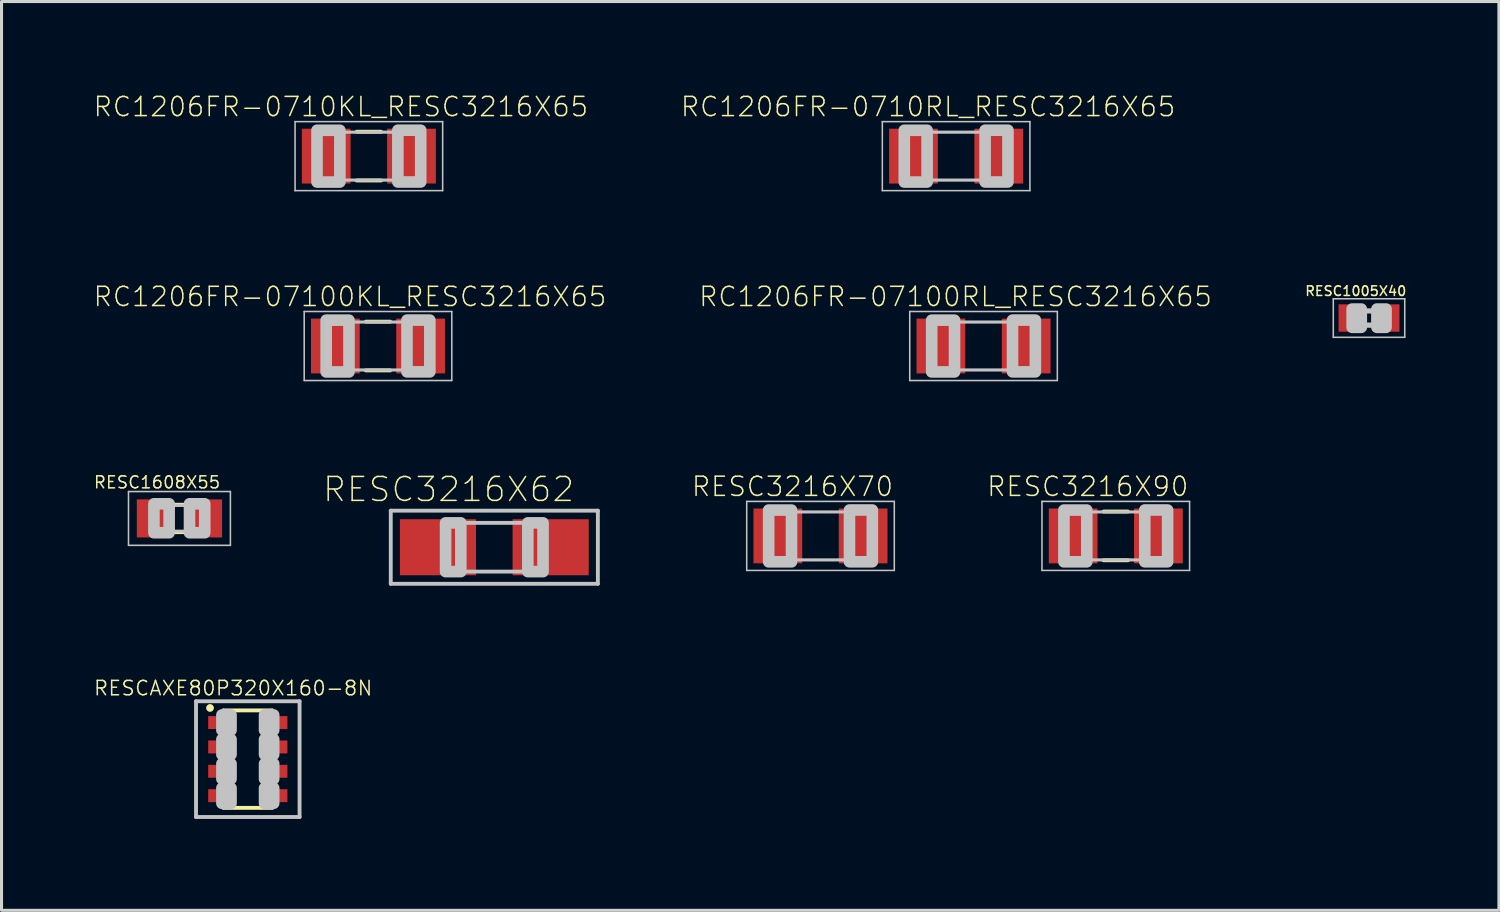
<source format=kicad_pcb>
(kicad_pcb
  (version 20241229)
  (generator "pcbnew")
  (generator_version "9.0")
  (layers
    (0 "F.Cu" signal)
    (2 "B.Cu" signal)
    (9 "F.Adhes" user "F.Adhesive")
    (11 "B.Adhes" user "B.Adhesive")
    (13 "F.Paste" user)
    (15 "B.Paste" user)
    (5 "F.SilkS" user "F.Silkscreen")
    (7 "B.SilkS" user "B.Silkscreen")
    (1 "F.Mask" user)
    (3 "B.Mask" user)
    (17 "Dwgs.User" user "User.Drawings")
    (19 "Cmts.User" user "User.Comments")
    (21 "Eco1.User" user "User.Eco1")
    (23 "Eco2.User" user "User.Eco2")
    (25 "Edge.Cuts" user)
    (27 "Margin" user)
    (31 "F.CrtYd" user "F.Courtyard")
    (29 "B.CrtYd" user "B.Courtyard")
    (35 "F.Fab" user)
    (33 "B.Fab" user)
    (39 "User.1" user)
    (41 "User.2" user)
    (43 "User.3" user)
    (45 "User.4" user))
  (footprint "RESC3216X90"
    (layer "F.Cu")
    (at 33.585 14.546)
    (property "Reference" "RESC3216X90" (at -0.92 -1.62 0) (layer "F.SilkS") (effects (font (size 0.63 0.63) (thickness 0.05))))
    (attr smd)
    (fp_line (start -0.4 -0.8) (end 0.4 -0.8) (stroke (width 0.127) (type solid)) (layer "F.SilkS"))
    (fp_line (start -0.4 0.8) (end 0.4 0.8) (stroke (width 0.127) (type solid)) (layer "F.SilkS"))
    (fp_line (start -2.423 -1.133) (end 2.423 -1.133) (stroke (width 0.051) (type solid)) (layer "Dwgs.User"))
    (fp_line (start -2.423 1.133) (end -2.423 -1.133) (stroke (width 0.051) (type solid)) (layer "Dwgs.User"))
    (fp_line (start -0.965 -0.787) (end 0.965 -0.787) (stroke (width 0.102) (type solid)) (layer "Dwgs.User"))
    (fp_line (start -0.965 0.787) (end 0.965 0.787) (stroke (width 0.102) (type solid)) (layer "Dwgs.User"))
    (fp_line (start 2.423 -1.133) (end 2.423 1.133) (stroke (width 0.051) (type solid)) (layer "Dwgs.User"))
    (fp_line (start 2.423 1.133) (end -2.423 1.133) (stroke (width 0.051) (type solid)) (layer "Dwgs.User"))
    (fp_poly (pts (xy -1.702 -0.849) (xy -0.952 -0.849) (xy -0.952 0.851) (xy -1.702 0.851)) (stroke (width 0.381) (type solid)) (fill no) (layer "Dwgs.User"))
    (fp_poly (pts (xy 0.952 -0.851) (xy 1.702 -0.851) (xy 1.702 0.849) (xy 0.952 0.849)) (stroke (width 0.381) (type solid)) (fill no) (layer "Dwgs.User"))
    (pad "1" smd rect (at -1.4 0) (size 1.6 1.8) (layers "F.Cu" "F.Mask" "F.Paste"))
    (pad "2" smd rect (at 1.4 0) (size 1.6 1.8) (layers "F.Cu" "F.Mask" "F.Paste")))
  (footprint "RC1206FR-07100KL_RESC3216X65"
    (layer "F.Cu")
    (at 9.361 8.311)
    (property "Reference" "RC1206FR-07100KL_RESC3216X65" (at -0.92 -1.62 0) (layer "F.SilkS") (effects (font (size 0.63 0.63) (thickness 0.05))))
    (attr smd)
    (fp_line (start -0.4 -0.8) (end 0.4 -0.8) (stroke (width 0.127) (type solid)) (layer "F.SilkS"))
    (fp_line (start -0.4 0.8) (end 0.4 0.8) (stroke (width 0.127) (type solid)) (layer "F.SilkS"))
    (fp_line (start -2.423 -1.133) (end 2.423 -1.133) (stroke (width 0.051) (type solid)) (layer "Dwgs.User"))
    (fp_line (start -2.423 1.133) (end -2.423 -1.133) (stroke (width 0.051) (type solid)) (layer "Dwgs.User"))
    (fp_line (start -0.965 -0.787) (end 0.965 -0.787) (stroke (width 0.102) (type solid)) (layer "Dwgs.User"))
    (fp_line (start -0.965 0.787) (end 0.965 0.787) (stroke (width 0.102) (type solid)) (layer "Dwgs.User"))
    (fp_line (start 2.423 -1.133) (end 2.423 1.133) (stroke (width 0.051) (type solid)) (layer "Dwgs.User"))
    (fp_line (start 2.423 1.133) (end -2.423 1.133) (stroke (width 0.051) (type solid)) (layer "Dwgs.User"))
    (fp_poly (pts (xy -1.702 -0.849) (xy -0.952 -0.849) (xy -0.952 0.851) (xy -1.702 0.851)) (stroke (width 0.381) (type solid)) (fill no) (layer "Dwgs.User"))
    (fp_poly (pts (xy 0.952 -0.851) (xy 1.702 -0.851) (xy 1.702 0.849) (xy 0.952 0.849)) (stroke (width 0.381) (type solid)) (fill no) (layer "Dwgs.User"))
    (pad "1" smd rect (at -1.4 0) (size 1.6 1.8) (layers "F.Cu" "F.Mask" "F.Paste"))
    (pad "2" smd rect (at 1.4 0) (size 1.6 1.8) (layers "F.Cu" "F.Mask" "F.Paste")))
  (footprint "RESC1005X40"
    (layer "F.Cu")
    (at 41.9 7.392)
    (property "Reference" "RESC1005X40" (at -0.435 -0.885 0) (layer "F.SilkS") (effects (font (size 0.315 0.315) (thickness 0.05))))
    (attr smd)
    (fp_line (start -0.15 -0.25) (end 0.15 -0.25) (stroke (width 0.127) (type solid)) (layer "F.SilkS"))
    (fp_line (start -0.15 0.25) (end 0.15 0.25) (stroke (width 0.127) (type solid)) (layer "F.SilkS"))
    (fp_line (start -1.173 -0.633) (end 1.173 -0.633) (stroke (width 0.051) (type solid)) (layer "Dwgs.User"))
    (fp_line (start -1.173 0.633) (end -1.173 -0.633) (stroke (width 0.051) (type solid)) (layer "Dwgs.User"))
    (fp_line (start -0.245 -0.224) (end 0.245 -0.224) (stroke (width 0.152) (type solid)) (layer "Dwgs.User"))
    (fp_line (start 0.245 0.224) (end -0.245 0.224) (stroke (width 0.152) (type solid)) (layer "Dwgs.User"))
    (fp_line (start 1.173 -0.633) (end 1.173 0.633) (stroke (width 0.051) (type solid)) (layer "Dwgs.User"))
    (fp_line (start 1.173 0.633) (end -1.173 0.633) (stroke (width 0.051) (type solid)) (layer "Dwgs.User"))
    (fp_poly (pts (xy -0.554 -0.295) (xy -0.254 -0.295) (xy -0.254 0.305) (xy -0.554 0.305)) (stroke (width 0.381) (type solid)) (fill no) (layer "Dwgs.User"))
    (fp_poly (pts (xy 0.259 -0.295) (xy 0.559 -0.295) (xy 0.559 0.305) (xy 0.259 0.305)) (stroke (width 0.381) (type solid)) (fill no) (layer "Dwgs.User"))
    (pad "1" smd rect (at -0.65 0) (size 0.7 0.9) (layers "F.Cu" "F.Mask" "F.Paste"))
    (pad "2" smd rect (at 0.65 0) (size 0.7 0.9) (layers "F.Cu" "F.Mask" "F.Paste")))
  (footprint "RESCAXE80P320X160-8N"
    (layer "F.Cu")
    (at 5.086 21.875)
    (property "Reference" "RESCAXE80P320X160-8N" (at -0.48 -2.33 0) (layer "F.SilkS") (effects (font (size 0.472 0.472) (thickness 0.05))))
    (attr smd)
    (fp_line (start -0.8 -1.6) (end 0.8 -1.6) (stroke (width 0.127) (type solid)) (layer "F.SilkS"))
    (fp_line (start -0.8 1.6) (end 0.8 1.6) (stroke (width 0.127) (type solid)) (layer "F.SilkS"))
    (fp_circle (center -1.24 -1.68) (end -1.113 -1.68) (stroke (width 0) (type solid)) (fill yes) (layer "F.SilkS"))
    (fp_line (start -1.7 -1.9) (end -1.7 1.9) (stroke (width 0.127) (type solid)) (layer "Dwgs.User"))
    (fp_line (start -1.7 1.9) (end 1.7 1.9) (stroke (width 0.127) (type solid)) (layer "Dwgs.User"))
    (fp_line (start -0.8 -1.6) (end -0.8 1.6) (stroke (width 0.127) (type solid)) (layer "Dwgs.User"))
    (fp_line (start 0.8 -1.6) (end 0.8 1.6) (stroke (width 0.127) (type solid)) (layer "Dwgs.User"))
    (fp_line (start 1.7 -1.9) (end -1.7 -1.9) (stroke (width 0.127) (type solid)) (layer "Dwgs.User"))
    (fp_line (start 1.7 1.9) (end 1.7 -1.9) (stroke (width 0.127) (type solid)) (layer "Dwgs.User"))
    (fp_poly (pts (xy -0.55 -1.45) (xy -0.55 -0.95) (xy -0.85 -0.95) (xy -0.85 -1.45)) (stroke (width 0.381) (type solid)) (fill no) (layer "Dwgs.User"))
    (fp_poly (pts (xy -0.55 -0.65) (xy -0.55 -0.15) (xy -0.85 -0.15) (xy -0.85 -0.65)) (stroke (width 0.381) (type solid)) (fill no) (layer "Dwgs.User"))
    (fp_poly (pts (xy -0.55 0.15) (xy -0.55 0.65) (xy -0.85 0.65) (xy -0.85 0.15)) (stroke (width 0.381) (type solid)) (fill no) (layer "Dwgs.User"))
    (fp_poly (pts (xy -0.55 0.95) (xy -0.55 1.45) (xy -0.85 1.45) (xy -0.85 0.95)) (stroke (width 0.381) (type solid)) (fill no) (layer "Dwgs.User"))
    (fp_poly (pts (xy 0.55 -0.95) (xy 0.55 -1.45) (xy 0.85 -1.45) (xy 0.85 -0.95)) (stroke (width 0.381) (type solid)) (fill no) (layer "Dwgs.User"))
    (fp_poly (pts (xy 0.55 -0.15) (xy 0.55 -0.65) (xy 0.85 -0.65) (xy 0.85 -0.15)) (stroke (width 0.381) (type solid)) (fill no) (layer "Dwgs.User"))
    (fp_poly (pts (xy 0.55 0.65) (xy 0.55 0.15) (xy 0.85 0.15) (xy 0.85 0.65)) (stroke (width 0.381) (type solid)) (fill no) (layer "Dwgs.User"))
    (fp_poly (pts (xy 0.55 1.45) (xy 0.55 0.95) (xy 0.85 0.95) (xy 0.85 1.45)) (stroke (width 0.381) (type solid)) (fill no) (layer "Dwgs.User"))
    (pad "1" smd rect (at -0.85 -1.2 270) (size 0.425 0.9) (layers "F.Cu" "F.Mask" "F.Paste"))
    (pad "2" smd rect (at -0.85 -0.4 270) (size 0.425 0.9) (layers "F.Cu" "F.Mask" "F.Paste"))
    (pad "3" smd rect (at -0.85 0.4 270) (size 0.425 0.9) (layers "F.Cu" "F.Mask" "F.Paste"))
    (pad "4" smd rect (at -0.85 1.2 270) (size 0.425 0.9) (layers "F.Cu" "F.Mask" "F.Paste"))
    (pad "5" smd rect (at 0.85 1.2 90) (size 0.425 0.9) (layers "F.Cu" "F.Mask" "F.Paste"))
    (pad "6" smd rect (at 0.85 0.4 90) (size 0.425 0.9) (layers "F.Cu" "F.Mask" "F.Paste"))
    (pad "7" smd rect (at 0.85 -0.4 90) (size 0.425 0.9) (layers "F.Cu" "F.Mask" "F.Paste"))
    (pad "8" smd rect (at 0.85 -1.2 90) (size 0.425 0.9) (layers "F.Cu" "F.Mask" "F.Paste")))
  (footprint "RESC3216X62"
    (layer "F.Cu")
    (at 13.18 14.918)
    (property "Reference" "RESC3216X62" (at -1.5 -1.9 0) (layer "F.SilkS") (effects (font (size 0.787 0.787) (thickness 0.05))))
    (attr smd)
    (fp_line (start -3.4 -1.2) (end 3.4 -1.2) (stroke (width 0.127) (type solid)) (layer "Dwgs.User"))
    (fp_line (start -3.4 1.2) (end -3.4 -1.2) (stroke (width 0.127) (type solid)) (layer "Dwgs.User"))
    (fp_line (start -1.6 -0.8) (end 1.6 -0.8) (stroke (width 0.127) (type solid)) (layer "Dwgs.User"))
    (fp_line (start -1.6 0.8) (end -1.6 -0.8) (stroke (width 0.127) (type solid)) (layer "Dwgs.User"))
    (fp_line (start 1.6 -0.8) (end 1.6 0.8) (stroke (width 0.127) (type solid)) (layer "Dwgs.User"))
    (fp_line (start 1.6 0.8) (end -1.6 0.8) (stroke (width 0.127) (type solid)) (layer "Dwgs.User"))
    (fp_line (start 3.4 -1.2) (end 3.4 1.2) (stroke (width 0.127) (type solid)) (layer "Dwgs.User"))
    (fp_line (start 3.4 1.2) (end -3.4 1.2) (stroke (width 0.127) (type solid)) (layer "Dwgs.User"))
    (fp_poly (pts (xy -1.6 -0.8) (xy -1.1 -0.8) (xy -1.1 0.8) (xy -1.6 0.8)) (stroke (width 0.381) (type solid)) (fill no) (layer "Dwgs.User"))
    (fp_poly (pts (xy 1.1 -0.8) (xy 1.6 -0.8) (xy 1.6 0.8) (xy 1.1 0.8)) (stroke (width 0.381) (type solid)) (fill no) (layer "Dwgs.User"))
    (pad "1" smd rect (at -1.85 0) (size 2.5 1.84) (layers "F.Cu" "F.Mask" "F.Paste"))
    (pad "2" smd rect (at 1.85 0) (size 2.5 1.84) (layers "F.Cu" "F.Mask" "F.Paste")))
  (footprint "RESC1608X55"
    (layer "F.Cu")
    (at 2.842 13.972)
    (property "Reference" "RESC1608X55" (at -0.735 -1.185 0) (layer "F.SilkS") (effects (font (size 0.394 0.394) (thickness 0.05))))
    (attr smd)
    (fp_line (start -0.15 -0.45) (end 0.15 -0.45) (stroke (width 0.127) (type solid)) (layer "F.SilkS"))
    (fp_line (start -0.15 0.45) (end 0.15 0.45) (stroke (width 0.127) (type solid)) (layer "F.SilkS"))
    (fp_line (start -1.673 -0.883) (end 1.673 -0.883) (stroke (width 0.051) (type solid)) (layer "Dwgs.User"))
    (fp_line (start -1.673 0.883) (end -1.673 -0.883) (stroke (width 0.051) (type solid)) (layer "Dwgs.User"))
    (fp_line (start -0.356 -0.432) (end 0.356 -0.432) (stroke (width 0.102) (type solid)) (layer "Dwgs.User"))
    (fp_line (start -0.356 0.419) (end 0.356 0.419) (stroke (width 0.102) (type solid)) (layer "Dwgs.User"))
    (fp_line (start 1.673 -0.883) (end 1.673 0.883) (stroke (width 0.051) (type solid)) (layer "Dwgs.User"))
    (fp_line (start 1.673 0.883) (end -1.673 0.883) (stroke (width 0.051) (type solid)) (layer "Dwgs.User"))
    (fp_poly (pts (xy -0.838 -0.48) (xy -0.338 -0.48) (xy -0.338 0.47) (xy -0.838 0.47)) (stroke (width 0.381) (type solid)) (fill no) (layer "Dwgs.User"))
    (fp_poly (pts (xy 0.33 -0.48) (xy 0.83 -0.48) (xy 0.83 0.47) (xy 0.33 0.47)) (stroke (width 0.381) (type solid)) (fill no) (layer "Dwgs.User"))
    (pad "1" smd rect (at -0.85 0) (size 1.1 1.25) (layers "F.Cu" "F.Mask" "F.Paste"))
    (pad "2" smd rect (at 0.85 0) (size 1.1 1.25) (layers "F.Cu" "F.Mask" "F.Paste")))
  (footprint "RC1206FR-07100RL_RESC3216X65"
    (layer "F.Cu")
    (at 29.243 8.311)
    (property "Reference" "RC1206FR-07100RL_RESC3216X65" (at -0.92 -1.62 0) (layer "F.SilkS") (effects (font (size 0.63 0.63) (thickness 0.05))))
    (attr smd)
    (fp_line (start -2.423 -1.133) (end 2.423 -1.133) (stroke (width 0.051) (type solid)) (layer "Dwgs.User"))
    (fp_line (start -2.423 1.133) (end -2.423 -1.133) (stroke (width 0.051) (type solid)) (layer "Dwgs.User"))
    (fp_line (start -0.965 -0.787) (end 0.965 -0.787) (stroke (width 0.102) (type solid)) (layer "Dwgs.User"))
    (fp_line (start -0.965 0.787) (end 0.965 0.787) (stroke (width 0.102) (type solid)) (layer "Dwgs.User"))
    (fp_line (start 2.423 -1.133) (end 2.423 1.133) (stroke (width 0.051) (type solid)) (layer "Dwgs.User"))
    (fp_line (start 2.423 1.133) (end -2.423 1.133) (stroke (width 0.051) (type solid)) (layer "Dwgs.User"))
    (fp_poly (pts (xy -1.702 -0.849) (xy -0.952 -0.849) (xy -0.952 0.851) (xy -1.702 0.851)) (stroke (width 0.381) (type solid)) (fill no) (layer "Dwgs.User"))
    (fp_poly (pts (xy 0.952 -0.851) (xy 1.702 -0.851) (xy 1.702 0.849) (xy 0.952 0.849)) (stroke (width 0.381) (type solid)) (fill no) (layer "Dwgs.User"))
    (pad "1" smd rect (at -1.4 0) (size 1.6 1.8) (layers "F.Cu" "F.Mask" "F.Paste"))
    (pad "2" smd rect (at 1.4 0) (size 1.6 1.8) (layers "F.Cu" "F.Mask" "F.Paste")))
  (footprint "RC1206FR-0710KL_RESC3216X65"
    (layer "F.Cu")
    (at 9.061 2.076)
    (property "Reference" "RC1206FR-0710KL_RESC3216X65" (at -0.92 -1.62 0) (layer "F.SilkS") (effects (font (size 0.63 0.63) (thickness 0.05))))
    (attr smd)
    (fp_line (start -0.4 -0.8) (end 0.4 -0.8) (stroke (width 0.127) (type solid)) (layer "F.SilkS"))
    (fp_line (start -0.4 0.8) (end 0.4 0.8) (stroke (width 0.127) (type solid)) (layer "F.SilkS"))
    (fp_line (start -2.423 -1.133) (end 2.423 -1.133) (stroke (width 0.051) (type solid)) (layer "Dwgs.User"))
    (fp_line (start -2.423 1.133) (end -2.423 -1.133) (stroke (width 0.051) (type solid)) (layer "Dwgs.User"))
    (fp_line (start -0.965 -0.787) (end 0.965 -0.787) (stroke (width 0.102) (type solid)) (layer "Dwgs.User"))
    (fp_line (start -0.965 0.787) (end 0.965 0.787) (stroke (width 0.102) (type solid)) (layer "Dwgs.User"))
    (fp_line (start 2.423 -1.133) (end 2.423 1.133) (stroke (width 0.051) (type solid)) (layer "Dwgs.User"))
    (fp_line (start 2.423 1.133) (end -2.423 1.133) (stroke (width 0.051) (type solid)) (layer "Dwgs.User"))
    (fp_poly (pts (xy -1.702 -0.849) (xy -0.952 -0.849) (xy -0.952 0.851) (xy -1.702 0.851)) (stroke (width 0.381) (type solid)) (fill no) (layer "Dwgs.User"))
    (fp_poly (pts (xy 0.952 -0.851) (xy 1.702 -0.851) (xy 1.702 0.849) (xy 0.952 0.849)) (stroke (width 0.381) (type solid)) (fill no) (layer "Dwgs.User"))
    (pad "1" smd rect (at -1.4 0) (size 1.6 1.8) (layers "F.Cu" "F.Mask" "F.Paste"))
    (pad "2" smd rect (at 1.4 0) (size 1.6 1.8) (layers "F.Cu" "F.Mask" "F.Paste")))
  (footprint "RC1206FR-0710RL_RESC3216X65"
    (layer "F.Cu")
    (at 28.343 2.076)
    (property "Reference" "RC1206FR-0710RL_RESC3216X65" (at -0.92 -1.62 0) (layer "F.SilkS") (effects (font (size 0.63 0.63) (thickness 0.05))))
    (attr smd)
    (fp_line (start -2.423 -1.133) (end 2.423 -1.133) (stroke (width 0.051) (type solid)) (layer "Dwgs.User"))
    (fp_line (start -2.423 1.133) (end -2.423 -1.133) (stroke (width 0.051) (type solid)) (layer "Dwgs.User"))
    (fp_line (start -0.965 -0.787) (end 0.965 -0.787) (stroke (width 0.102) (type solid)) (layer "Dwgs.User"))
    (fp_line (start -0.965 0.787) (end 0.965 0.787) (stroke (width 0.102) (type solid)) (layer "Dwgs.User"))
    (fp_line (start 2.423 -1.133) (end 2.423 1.133) (stroke (width 0.051) (type solid)) (layer "Dwgs.User"))
    (fp_line (start 2.423 1.133) (end -2.423 1.133) (stroke (width 0.051) (type solid)) (layer "Dwgs.User"))
    (fp_poly (pts (xy -1.702 -0.849) (xy -0.952 -0.849) (xy -0.952 0.851) (xy -1.702 0.851)) (stroke (width 0.381) (type solid)) (fill no) (layer "Dwgs.User"))
    (fp_poly (pts (xy 0.952 -0.851) (xy 1.702 -0.851) (xy 1.702 0.849) (xy 0.952 0.849)) (stroke (width 0.381) (type solid)) (fill no) (layer "Dwgs.User"))
    (pad "1" smd rect (at -1.4 0) (size 1.6 1.8) (layers "F.Cu" "F.Mask" "F.Paste"))
    (pad "2" smd rect (at 1.4 0) (size 1.6 1.8) (layers "F.Cu" "F.Mask" "F.Paste")))
  (footprint "RESC3216X70"
    (layer "F.Cu")
    (at 23.89 14.546)
    (property "Reference" "RESC3216X70" (at -0.92 -1.62 0) (layer "F.SilkS") (effects (font (size 0.63 0.63) (thickness 0.05))))
    (attr smd)
    (fp_line (start -2.423 -1.133) (end 2.423 -1.133) (stroke (width 0.051) (type solid)) (layer "Dwgs.User"))
    (fp_line (start -2.423 1.133) (end -2.423 -1.133) (stroke (width 0.051) (type solid)) (layer "Dwgs.User"))
    (fp_line (start -0.965 -0.787) (end 0.965 -0.787) (stroke (width 0.102) (type solid)) (layer "Dwgs.User"))
    (fp_line (start -0.965 0.787) (end 0.965 0.787) (stroke (width 0.102) (type solid)) (layer "Dwgs.User"))
    (fp_line (start 2.423 -1.133) (end 2.423 1.133) (stroke (width 0.051) (type solid)) (layer "Dwgs.User"))
    (fp_line (start 2.423 1.133) (end -2.423 1.133) (stroke (width 0.051) (type solid)) (layer "Dwgs.User"))
    (fp_poly (pts (xy -1.702 -0.849) (xy -0.952 -0.849) (xy -0.952 0.851) (xy -1.702 0.851)) (stroke (width 0.381) (type solid)) (fill no) (layer "Dwgs.User"))
    (fp_poly (pts (xy 0.952 -0.851) (xy 1.702 -0.851) (xy 1.702 0.849) (xy 0.952 0.849)) (stroke (width 0.381) (type solid)) (fill no) (layer "Dwgs.User"))
    (pad "1" smd rect (at -1.4 0) (size 1.6 1.8) (layers "F.Cu" "F.Mask" "F.Paste"))
    (pad "2" smd rect (at 1.4 0) (size 1.6 1.8) (layers "F.Cu" "F.Mask" "F.Paste")))
  (gr_rect
    (start -3 -3)
    (end 46.165 26.839)
    (stroke (width 0.1) (type default))
    (fill no)
    (layer "Edge.Cuts")))
</source>
